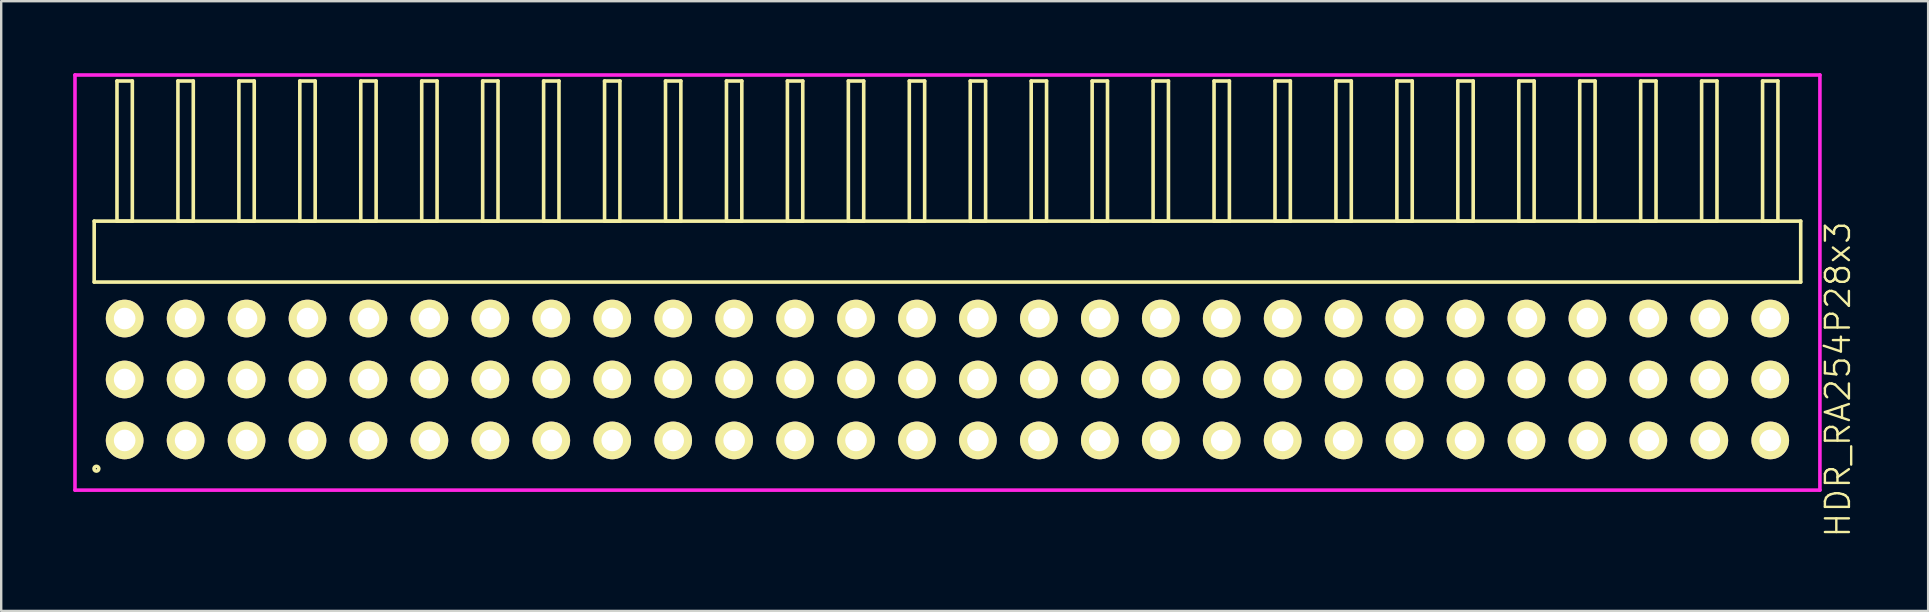
<source format=kicad_pcb>
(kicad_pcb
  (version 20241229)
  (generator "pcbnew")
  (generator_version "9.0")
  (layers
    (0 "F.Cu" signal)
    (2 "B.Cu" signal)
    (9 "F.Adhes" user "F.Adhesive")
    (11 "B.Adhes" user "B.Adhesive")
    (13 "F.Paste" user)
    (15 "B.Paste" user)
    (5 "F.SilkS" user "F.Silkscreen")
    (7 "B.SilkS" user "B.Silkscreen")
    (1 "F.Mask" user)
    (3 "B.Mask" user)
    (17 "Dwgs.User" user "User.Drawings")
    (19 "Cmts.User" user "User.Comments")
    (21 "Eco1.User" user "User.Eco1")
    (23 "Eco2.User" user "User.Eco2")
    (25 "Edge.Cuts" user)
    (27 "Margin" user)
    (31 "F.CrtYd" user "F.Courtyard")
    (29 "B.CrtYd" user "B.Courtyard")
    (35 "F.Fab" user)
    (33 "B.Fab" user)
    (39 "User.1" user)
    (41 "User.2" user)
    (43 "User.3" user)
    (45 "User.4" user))
  (footprint "HDR_RA254P28x3"
    (layer "F.Cu")
    (at 36.435 12.765)
    (property "Reference" "HDR_RA254P28x3" (at 37.11 0 90) (layer "F.SilkS") (effects (font (size 1 1) (thickness 0.1))))
    (attr through_hole)
    (fp_line (start -35.56 -6.6) (end -35.56 -4.06) (stroke (width 0.15) (type solid)) (layer "F.SilkS"))
    (fp_line (start -35.56 -4.06) (end 35.56 -4.06) (stroke (width 0.15) (type solid)) (layer "F.SilkS"))
    (fp_line (start -34.61 -12.44) (end -34.61 -6.6) (stroke (width 0.15) (type solid)) (layer "F.SilkS"))
    (fp_line (start -34.61 -6.6) (end -33.97 -6.6) (stroke (width 0.15) (type solid)) (layer "F.SilkS"))
    (fp_line (start -33.97 -12.44) (end -34.61 -12.44) (stroke (width 0.15) (type solid)) (layer "F.SilkS"))
    (fp_line (start -33.97 -6.6) (end -33.97 -12.44) (stroke (width 0.15) (type solid)) (layer "F.SilkS"))
    (fp_line (start -32.07 -12.44) (end -32.07 -6.6) (stroke (width 0.15) (type solid)) (layer "F.SilkS"))
    (fp_line (start -32.07 -6.6) (end -31.43 -6.6) (stroke (width 0.15) (type solid)) (layer "F.SilkS"))
    (fp_line (start -31.43 -12.44) (end -32.07 -12.44) (stroke (width 0.15) (type solid)) (layer "F.SilkS"))
    (fp_line (start -31.43 -6.6) (end -31.43 -12.44) (stroke (width 0.15) (type solid)) (layer "F.SilkS"))
    (fp_line (start -29.53 -12.44) (end -29.53 -6.6) (stroke (width 0.15) (type solid)) (layer "F.SilkS"))
    (fp_line (start -29.53 -6.6) (end -28.89 -6.6) (stroke (width 0.15) (type solid)) (layer "F.SilkS"))
    (fp_line (start -28.89 -12.44) (end -29.53 -12.44) (stroke (width 0.15) (type solid)) (layer "F.SilkS"))
    (fp_line (start -28.89 -6.6) (end -28.89 -12.44) (stroke (width 0.15) (type solid)) (layer "F.SilkS"))
    (fp_line (start -26.99 -12.44) (end -26.99 -6.6) (stroke (width 0.15) (type solid)) (layer "F.SilkS"))
    (fp_line (start -26.99 -6.6) (end -26.35 -6.6) (stroke (width 0.15) (type solid)) (layer "F.SilkS"))
    (fp_line (start -26.35 -12.44) (end -26.99 -12.44) (stroke (width 0.15) (type solid)) (layer "F.SilkS"))
    (fp_line (start -26.35 -6.6) (end -26.35 -12.44) (stroke (width 0.15) (type solid)) (layer "F.SilkS"))
    (fp_line (start -24.45 -12.44) (end -24.45 -6.6) (stroke (width 0.15) (type solid)) (layer "F.SilkS"))
    (fp_line (start -24.45 -6.6) (end -23.81 -6.6) (stroke (width 0.15) (type solid)) (layer "F.SilkS"))
    (fp_line (start -23.81 -12.44) (end -24.45 -12.44) (stroke (width 0.15) (type solid)) (layer "F.SilkS"))
    (fp_line (start -23.81 -6.6) (end -23.81 -12.44) (stroke (width 0.15) (type solid)) (layer "F.SilkS"))
    (fp_line (start -21.91 -12.44) (end -21.91 -6.6) (stroke (width 0.15) (type solid)) (layer "F.SilkS"))
    (fp_line (start -21.91 -6.6) (end -21.27 -6.6) (stroke (width 0.15) (type solid)) (layer "F.SilkS"))
    (fp_line (start -21.27 -12.44) (end -21.91 -12.44) (stroke (width 0.15) (type solid)) (layer "F.SilkS"))
    (fp_line (start -21.27 -6.6) (end -21.27 -12.44) (stroke (width 0.15) (type solid)) (layer "F.SilkS"))
    (fp_line (start -19.37 -12.44) (end -19.37 -6.6) (stroke (width 0.15) (type solid)) (layer "F.SilkS"))
    (fp_line (start -19.37 -6.6) (end -18.73 -6.6) (stroke (width 0.15) (type solid)) (layer "F.SilkS"))
    (fp_line (start -18.73 -12.44) (end -19.37 -12.44) (stroke (width 0.15) (type solid)) (layer "F.SilkS"))
    (fp_line (start -18.73 -6.6) (end -18.73 -12.44) (stroke (width 0.15) (type solid)) (layer "F.SilkS"))
    (fp_line (start -16.83 -12.44) (end -16.83 -6.6) (stroke (width 0.15) (type solid)) (layer "F.SilkS"))
    (fp_line (start -16.83 -6.6) (end -16.19 -6.6) (stroke (width 0.15) (type solid)) (layer "F.SilkS"))
    (fp_line (start -16.19 -12.44) (end -16.83 -12.44) (stroke (width 0.15) (type solid)) (layer "F.SilkS"))
    (fp_line (start -16.19 -6.6) (end -16.19 -12.44) (stroke (width 0.15) (type solid)) (layer "F.SilkS"))
    (fp_line (start -14.29 -12.44) (end -14.29 -6.6) (stroke (width 0.15) (type solid)) (layer "F.SilkS"))
    (fp_line (start -14.29 -6.6) (end -13.65 -6.6) (stroke (width 0.15) (type solid)) (layer "F.SilkS"))
    (fp_line (start -13.65 -12.44) (end -14.29 -12.44) (stroke (width 0.15) (type solid)) (layer "F.SilkS"))
    (fp_line (start -13.65 -6.6) (end -13.65 -12.44) (stroke (width 0.15) (type solid)) (layer "F.SilkS"))
    (fp_line (start -11.75 -12.44) (end -11.75 -6.6) (stroke (width 0.15) (type solid)) (layer "F.SilkS"))
    (fp_line (start -11.75 -6.6) (end -11.11 -6.6) (stroke (width 0.15) (type solid)) (layer "F.SilkS"))
    (fp_line (start -11.11 -12.44) (end -11.75 -12.44) (stroke (width 0.15) (type solid)) (layer "F.SilkS"))
    (fp_line (start -11.11 -6.6) (end -11.11 -12.44) (stroke (width 0.15) (type solid)) (layer "F.SilkS"))
    (fp_line (start -9.21 -12.44) (end -9.21 -6.6) (stroke (width 0.15) (type solid)) (layer "F.SilkS"))
    (fp_line (start -9.21 -6.6) (end -8.57 -6.6) (stroke (width 0.15) (type solid)) (layer "F.SilkS"))
    (fp_line (start -8.57 -12.44) (end -9.21 -12.44) (stroke (width 0.15) (type solid)) (layer "F.SilkS"))
    (fp_line (start -8.57 -6.6) (end -8.57 -12.44) (stroke (width 0.15) (type solid)) (layer "F.SilkS"))
    (fp_line (start -6.67 -12.44) (end -6.67 -6.6) (stroke (width 0.15) (type solid)) (layer "F.SilkS"))
    (fp_line (start -6.67 -6.6) (end -6.03 -6.6) (stroke (width 0.15) (type solid)) (layer "F.SilkS"))
    (fp_line (start -6.03 -12.44) (end -6.67 -12.44) (stroke (width 0.15) (type solid)) (layer "F.SilkS"))
    (fp_line (start -6.03 -6.6) (end -6.03 -12.44) (stroke (width 0.15) (type solid)) (layer "F.SilkS"))
    (fp_line (start -4.13 -12.44) (end -4.13 -6.6) (stroke (width 0.15) (type solid)) (layer "F.SilkS"))
    (fp_line (start -4.13 -6.6) (end -3.49 -6.6) (stroke (width 0.15) (type solid)) (layer "F.SilkS"))
    (fp_line (start -3.49 -12.44) (end -4.13 -12.44) (stroke (width 0.15) (type solid)) (layer "F.SilkS"))
    (fp_line (start -3.49 -6.6) (end -3.49 -12.44) (stroke (width 0.15) (type solid)) (layer "F.SilkS"))
    (fp_line (start -1.59 -12.44) (end -1.59 -6.6) (stroke (width 0.15) (type solid)) (layer "F.SilkS"))
    (fp_line (start -1.59 -6.6) (end -0.95 -6.6) (stroke (width 0.15) (type solid)) (layer "F.SilkS"))
    (fp_line (start -0.95 -12.44) (end -1.59 -12.44) (stroke (width 0.15) (type solid)) (layer "F.SilkS"))
    (fp_line (start -0.95 -6.6) (end -0.95 -12.44) (stroke (width 0.15) (type solid)) (layer "F.SilkS"))
    (fp_line (start 0.95 -12.44) (end 0.95 -6.6) (stroke (width 0.15) (type solid)) (layer "F.SilkS"))
    (fp_line (start 0.95 -6.6) (end 1.59 -6.6) (stroke (width 0.15) (type solid)) (layer "F.SilkS"))
    (fp_line (start 1.59 -12.44) (end 0.95 -12.44) (stroke (width 0.15) (type solid)) (layer "F.SilkS"))
    (fp_line (start 1.59 -6.6) (end 1.59 -12.44) (stroke (width 0.15) (type solid)) (layer "F.SilkS"))
    (fp_line (start 3.49 -12.44) (end 3.49 -6.6) (stroke (width 0.15) (type solid)) (layer "F.SilkS"))
    (fp_line (start 3.49 -6.6) (end 4.13 -6.6) (stroke (width 0.15) (type solid)) (layer "F.SilkS"))
    (fp_line (start 4.13 -12.44) (end 3.49 -12.44) (stroke (width 0.15) (type solid)) (layer "F.SilkS"))
    (fp_line (start 4.13 -6.6) (end 4.13 -12.44) (stroke (width 0.15) (type solid)) (layer "F.SilkS"))
    (fp_line (start 6.03 -12.44) (end 6.03 -6.6) (stroke (width 0.15) (type solid)) (layer "F.SilkS"))
    (fp_line (start 6.03 -6.6) (end 6.67 -6.6) (stroke (width 0.15) (type solid)) (layer "F.SilkS"))
    (fp_line (start 6.67 -12.44) (end 6.03 -12.44) (stroke (width 0.15) (type solid)) (layer "F.SilkS"))
    (fp_line (start 6.67 -6.6) (end 6.67 -12.44) (stroke (width 0.15) (type solid)) (layer "F.SilkS"))
    (fp_line (start 8.57 -12.44) (end 8.57 -6.6) (stroke (width 0.15) (type solid)) (layer "F.SilkS"))
    (fp_line (start 8.57 -6.6) (end 9.21 -6.6) (stroke (width 0.15) (type solid)) (layer "F.SilkS"))
    (fp_line (start 9.21 -12.44) (end 8.57 -12.44) (stroke (width 0.15) (type solid)) (layer "F.SilkS"))
    (fp_line (start 9.21 -6.6) (end 9.21 -12.44) (stroke (width 0.15) (type solid)) (layer "F.SilkS"))
    (fp_line (start 11.11 -12.44) (end 11.11 -6.6) (stroke (width 0.15) (type solid)) (layer "F.SilkS"))
    (fp_line (start 11.11 -6.6) (end 11.75 -6.6) (stroke (width 0.15) (type solid)) (layer "F.SilkS"))
    (fp_line (start 11.75 -12.44) (end 11.11 -12.44) (stroke (width 0.15) (type solid)) (layer "F.SilkS"))
    (fp_line (start 11.75 -6.6) (end 11.75 -12.44) (stroke (width 0.15) (type solid)) (layer "F.SilkS"))
    (fp_line (start 13.65 -12.44) (end 13.65 -6.6) (stroke (width 0.15) (type solid)) (layer "F.SilkS"))
    (fp_line (start 13.65 -6.6) (end 14.29 -6.6) (stroke (width 0.15) (type solid)) (layer "F.SilkS"))
    (fp_line (start 14.29 -12.44) (end 13.65 -12.44) (stroke (width 0.15) (type solid)) (layer "F.SilkS"))
    (fp_line (start 14.29 -6.6) (end 14.29 -12.44) (stroke (width 0.15) (type solid)) (layer "F.SilkS"))
    (fp_line (start 16.19 -12.44) (end 16.19 -6.6) (stroke (width 0.15) (type solid)) (layer "F.SilkS"))
    (fp_line (start 16.19 -6.6) (end 16.83 -6.6) (stroke (width 0.15) (type solid)) (layer "F.SilkS"))
    (fp_line (start 16.83 -12.44) (end 16.19 -12.44) (stroke (width 0.15) (type solid)) (layer "F.SilkS"))
    (fp_line (start 16.83 -6.6) (end 16.83 -12.44) (stroke (width 0.15) (type solid)) (layer "F.SilkS"))
    (fp_line (start 18.73 -12.44) (end 18.73 -6.6) (stroke (width 0.15) (type solid)) (layer "F.SilkS"))
    (fp_line (start 18.73 -6.6) (end 19.37 -6.6) (stroke (width 0.15) (type solid)) (layer "F.SilkS"))
    (fp_line (start 19.37 -12.44) (end 18.73 -12.44) (stroke (width 0.15) (type solid)) (layer "F.SilkS"))
    (fp_line (start 19.37 -6.6) (end 19.37 -12.44) (stroke (width 0.15) (type solid)) (layer "F.SilkS"))
    (fp_line (start 21.27 -12.44) (end 21.27 -6.6) (stroke (width 0.15) (type solid)) (layer "F.SilkS"))
    (fp_line (start 21.27 -6.6) (end 21.91 -6.6) (stroke (width 0.15) (type solid)) (layer "F.SilkS"))
    (fp_line (start 21.91 -12.44) (end 21.27 -12.44) (stroke (width 0.15) (type solid)) (layer "F.SilkS"))
    (fp_line (start 21.91 -6.6) (end 21.91 -12.44) (stroke (width 0.15) (type solid)) (layer "F.SilkS"))
    (fp_line (start 23.81 -12.44) (end 23.81 -6.6) (stroke (width 0.15) (type solid)) (layer "F.SilkS"))
    (fp_line (start 23.81 -6.6) (end 24.45 -6.6) (stroke (width 0.15) (type solid)) (layer "F.SilkS"))
    (fp_line (start 24.45 -12.44) (end 23.81 -12.44) (stroke (width 0.15) (type solid)) (layer "F.SilkS"))
    (fp_line (start 24.45 -6.6) (end 24.45 -12.44) (stroke (width 0.15) (type solid)) (layer "F.SilkS"))
    (fp_line (start 26.35 -12.44) (end 26.35 -6.6) (stroke (width 0.15) (type solid)) (layer "F.SilkS"))
    (fp_line (start 26.35 -6.6) (end 26.99 -6.6) (stroke (width 0.15) (type solid)) (layer "F.SilkS"))
    (fp_line (start 26.99 -12.44) (end 26.35 -12.44) (stroke (width 0.15) (type solid)) (layer "F.SilkS"))
    (fp_line (start 26.99 -6.6) (end 26.99 -12.44) (stroke (width 0.15) (type solid)) (layer "F.SilkS"))
    (fp_line (start 28.89 -12.44) (end 28.89 -6.6) (stroke (width 0.15) (type solid)) (layer "F.SilkS"))
    (fp_line (start 28.89 -6.6) (end 29.53 -6.6) (stroke (width 0.15) (type solid)) (layer "F.SilkS"))
    (fp_line (start 29.53 -12.44) (end 28.89 -12.44) (stroke (width 0.15) (type solid)) (layer "F.SilkS"))
    (fp_line (start 29.53 -6.6) (end 29.53 -12.44) (stroke (width 0.15) (type solid)) (layer "F.SilkS"))
    (fp_line (start 31.43 -12.44) (end 31.43 -6.6) (stroke (width 0.15) (type solid)) (layer "F.SilkS"))
    (fp_line (start 31.43 -6.6) (end 32.07 -6.6) (stroke (width 0.15) (type solid)) (layer "F.SilkS"))
    (fp_line (start 32.07 -12.44) (end 31.43 -12.44) (stroke (width 0.15) (type solid)) (layer "F.SilkS"))
    (fp_line (start 32.07 -6.6) (end 32.07 -12.44) (stroke (width 0.15) (type solid)) (layer "F.SilkS"))
    (fp_line (start 33.97 -12.44) (end 33.97 -6.6) (stroke (width 0.15) (type solid)) (layer "F.SilkS"))
    (fp_line (start 33.97 -6.6) (end 34.61 -6.6) (stroke (width 0.15) (type solid)) (layer "F.SilkS"))
    (fp_line (start 34.61 -12.44) (end 33.97 -12.44) (stroke (width 0.15) (type solid)) (layer "F.SilkS"))
    (fp_line (start 34.61 -6.6) (end 34.61 -12.44) (stroke (width 0.15) (type solid)) (layer "F.SilkS"))
    (fp_line (start 35.56 -6.6) (end -35.56 -6.6) (stroke (width 0.15) (type solid)) (layer "F.SilkS"))
    (fp_line (start 35.56 -4.06) (end 35.56 -6.6) (stroke (width 0.15) (type solid)) (layer "F.SilkS"))
    (fp_circle (center -35.467 3.718) (end -35.367 3.718) (stroke (width 0.15) (type solid)) (fill no) (layer "F.SilkS"))
    (fp_line (start -36.36 -12.69) (end -36.36 4.61) (stroke (width 0.15) (type solid)) (layer "F.CrtYd"))
    (fp_line (start -36.36 4.61) (end 36.36 4.61) (stroke (width 0.15) (type solid)) (layer "F.CrtYd"))
    (fp_line (start 36.36 -12.69) (end -36.36 -12.69) (stroke (width 0.15) (type solid)) (layer "F.CrtYd"))
    (fp_line (start 36.36 4.61) (end 36.36 -12.69) (stroke (width 0.15) (type solid)) (layer "F.CrtYd"))
    (pad "1" thru_hole oval (at -34.29 2.54) (size 1.57 1.57) (drill 0.9) (layers "*.Cu" "*.Mask" "F.SilkS"))
    (pad "2" thru_hole oval (at -34.29 0) (size 1.57 1.57) (drill 0.9) (layers "*.Cu" "*.Mask" "F.SilkS"))
    (pad "3" thru_hole oval (at -34.29 -2.54) (size 1.57 1.57) (drill 0.9) (layers "*.Cu" "*.Mask" "F.SilkS"))
    (pad "4" thru_hole oval (at -31.75 2.54) (size 1.57 1.57) (drill 0.9) (layers "*.Cu" "*.Mask" "F.SilkS"))
    (pad "5" thru_hole oval (at -31.75 0) (size 1.57 1.57) (drill 0.9) (layers "*.Cu" "*.Mask" "F.SilkS"))
    (pad "6" thru_hole oval (at -31.75 -2.54) (size 1.57 1.57) (drill 0.9) (layers "*.Cu" "*.Mask" "F.SilkS"))
    (pad "7" thru_hole oval (at -29.21 2.54) (size 1.57 1.57) (drill 0.9) (layers "*.Cu" "*.Mask" "F.SilkS"))
    (pad "8" thru_hole oval (at -29.21 0) (size 1.57 1.57) (drill 0.9) (layers "*.Cu" "*.Mask" "F.SilkS"))
    (pad "9" thru_hole oval (at -29.21 -2.54) (size 1.57 1.57) (drill 0.9) (layers "*.Cu" "*.Mask" "F.SilkS"))
    (pad "10" thru_hole oval (at -26.67 2.54) (size 1.57 1.57) (drill 0.9) (layers "*.Cu" "*.Mask" "F.SilkS"))
    (pad "11" thru_hole oval (at -26.67 0) (size 1.57 1.57) (drill 0.9) (layers "*.Cu" "*.Mask" "F.SilkS"))
    (pad "12" thru_hole oval (at -26.67 -2.54) (size 1.57 1.57) (drill 0.9) (layers "*.Cu" "*.Mask" "F.SilkS"))
    (pad "13" thru_hole oval (at -24.13 2.54) (size 1.57 1.57) (drill 0.9) (layers "*.Cu" "*.Mask" "F.SilkS"))
    (pad "14" thru_hole oval (at -24.13 0) (size 1.57 1.57) (drill 0.9) (layers "*.Cu" "*.Mask" "F.SilkS"))
    (pad "15" thru_hole oval (at -24.13 -2.54) (size 1.57 1.57) (drill 0.9) (layers "*.Cu" "*.Mask" "F.SilkS"))
    (pad "16" thru_hole oval (at -21.59 2.54) (size 1.57 1.57) (drill 0.9) (layers "*.Cu" "*.Mask" "F.SilkS"))
    (pad "17" thru_hole oval (at -21.59 0) (size 1.57 1.57) (drill 0.9) (layers "*.Cu" "*.Mask" "F.SilkS"))
    (pad "18" thru_hole oval (at -21.59 -2.54) (size 1.57 1.57) (drill 0.9) (layers "*.Cu" "*.Mask" "F.SilkS"))
    (pad "19" thru_hole oval (at -19.05 2.54) (size 1.57 1.57) (drill 0.9) (layers "*.Cu" "*.Mask" "F.SilkS"))
    (pad "20" thru_hole oval (at -19.05 0) (size 1.57 1.57) (drill 0.9) (layers "*.Cu" "*.Mask" "F.SilkS"))
    (pad "21" thru_hole oval (at -19.05 -2.54) (size 1.57 1.57) (drill 0.9) (layers "*.Cu" "*.Mask" "F.SilkS"))
    (pad "22" thru_hole oval (at -16.51 2.54) (size 1.57 1.57) (drill 0.9) (layers "*.Cu" "*.Mask" "F.SilkS"))
    (pad "23" thru_hole oval (at -16.51 0) (size 1.57 1.57) (drill 0.9) (layers "*.Cu" "*.Mask" "F.SilkS"))
    (pad "24" thru_hole oval (at -16.51 -2.54) (size 1.57 1.57) (drill 0.9) (layers "*.Cu" "*.Mask" "F.SilkS"))
    (pad "25" thru_hole oval (at -13.97 2.54) (size 1.57 1.57) (drill 0.9) (layers "*.Cu" "*.Mask" "F.SilkS"))
    (pad "26" thru_hole oval (at -13.97 0) (size 1.57 1.57) (drill 0.9) (layers "*.Cu" "*.Mask" "F.SilkS"))
    (pad "27" thru_hole oval (at -13.97 -2.54) (size 1.57 1.57) (drill 0.9) (layers "*.Cu" "*.Mask" "F.SilkS"))
    (pad "28" thru_hole oval (at -11.43 2.54) (size 1.57 1.57) (drill 0.9) (layers "*.Cu" "*.Mask" "F.SilkS"))
    (pad "29" thru_hole oval (at -11.43 0) (size 1.57 1.57) (drill 0.9) (layers "*.Cu" "*.Mask" "F.SilkS"))
    (pad "30" thru_hole oval (at -11.43 -2.54) (size 1.57 1.57) (drill 0.9) (layers "*.Cu" "*.Mask" "F.SilkS"))
    (pad "31" thru_hole oval (at -8.89 2.54) (size 1.57 1.57) (drill 0.9) (layers "*.Cu" "*.Mask" "F.SilkS"))
    (pad "32" thru_hole oval (at -8.89 0) (size 1.57 1.57) (drill 0.9) (layers "*.Cu" "*.Mask" "F.SilkS"))
    (pad "33" thru_hole oval (at -8.89 -2.54) (size 1.57 1.57) (drill 0.9) (layers "*.Cu" "*.Mask" "F.SilkS"))
    (pad "34" thru_hole oval (at -6.35 2.54) (size 1.57 1.57) (drill 0.9) (layers "*.Cu" "*.Mask" "F.SilkS"))
    (pad "35" thru_hole oval (at -6.35 0) (size 1.57 1.57) (drill 0.9) (layers "*.Cu" "*.Mask" "F.SilkS"))
    (pad "36" thru_hole oval (at -6.35 -2.54) (size 1.57 1.57) (drill 0.9) (layers "*.Cu" "*.Mask" "F.SilkS"))
    (pad "37" thru_hole oval (at -3.81 2.54) (size 1.57 1.57) (drill 0.9) (layers "*.Cu" "*.Mask" "F.SilkS"))
    (pad "38" thru_hole oval (at -3.81 0) (size 1.57 1.57) (drill 0.9) (layers "*.Cu" "*.Mask" "F.SilkS"))
    (pad "39" thru_hole oval (at -3.81 -2.54) (size 1.57 1.57) (drill 0.9) (layers "*.Cu" "*.Mask" "F.SilkS"))
    (pad "40" thru_hole oval (at -1.27 2.54) (size 1.57 1.57) (drill 0.9) (layers "*.Cu" "*.Mask" "F.SilkS"))
    (pad "41" thru_hole oval (at -1.27 0) (size 1.57 1.57) (drill 0.9) (layers "*.Cu" "*.Mask" "F.SilkS"))
    (pad "42" thru_hole oval (at -1.27 -2.54) (size 1.57 1.57) (drill 0.9) (layers "*.Cu" "*.Mask" "F.SilkS"))
    (pad "43" thru_hole oval (at 1.27 2.54) (size 1.57 1.57) (drill 0.9) (layers "*.Cu" "*.Mask" "F.SilkS"))
    (pad "44" thru_hole oval (at 1.27 0) (size 1.57 1.57) (drill 0.9) (layers "*.Cu" "*.Mask" "F.SilkS"))
    (pad "45" thru_hole oval (at 1.27 -2.54) (size 1.57 1.57) (drill 0.9) (layers "*.Cu" "*.Mask" "F.SilkS"))
    (pad "46" thru_hole oval (at 3.81 2.54) (size 1.57 1.57) (drill 0.9) (layers "*.Cu" "*.Mask" "F.SilkS"))
    (pad "47" thru_hole oval (at 3.81 0) (size 1.57 1.57) (drill 0.9) (layers "*.Cu" "*.Mask" "F.SilkS"))
    (pad "48" thru_hole oval (at 3.81 -2.54) (size 1.57 1.57) (drill 0.9) (layers "*.Cu" "*.Mask" "F.SilkS"))
    (pad "49" thru_hole oval (at 6.35 2.54) (size 1.57 1.57) (drill 0.9) (layers "*.Cu" "*.Mask" "F.SilkS"))
    (pad "50" thru_hole oval (at 6.35 0) (size 1.57 1.57) (drill 0.9) (layers "*.Cu" "*.Mask" "F.SilkS"))
    (pad "51" thru_hole oval (at 6.35 -2.54) (size 1.57 1.57) (drill 0.9) (layers "*.Cu" "*.Mask" "F.SilkS"))
    (pad "52" thru_hole oval (at 8.89 2.54) (size 1.57 1.57) (drill 0.9) (layers "*.Cu" "*.Mask" "F.SilkS"))
    (pad "53" thru_hole oval (at 8.89 0) (size 1.57 1.57) (drill 0.9) (layers "*.Cu" "*.Mask" "F.SilkS"))
    (pad "54" thru_hole oval (at 8.89 -2.54) (size 1.57 1.57) (drill 0.9) (layers "*.Cu" "*.Mask" "F.SilkS"))
    (pad "55" thru_hole oval (at 11.43 2.54) (size 1.57 1.57) (drill 0.9) (layers "*.Cu" "*.Mask" "F.SilkS"))
    (pad "56" thru_hole oval (at 11.43 0) (size 1.57 1.57) (drill 0.9) (layers "*.Cu" "*.Mask" "F.SilkS"))
    (pad "57" thru_hole oval (at 11.43 -2.54) (size 1.57 1.57) (drill 0.9) (layers "*.Cu" "*.Mask" "F.SilkS"))
    (pad "58" thru_hole oval (at 13.97 2.54) (size 1.57 1.57) (drill 0.9) (layers "*.Cu" "*.Mask" "F.SilkS"))
    (pad "59" thru_hole oval (at 13.97 0) (size 1.57 1.57) (drill 0.9) (layers "*.Cu" "*.Mask" "F.SilkS"))
    (pad "60" thru_hole oval (at 13.97 -2.54) (size 1.57 1.57) (drill 0.9) (layers "*.Cu" "*.Mask" "F.SilkS"))
    (pad "61" thru_hole oval (at 16.51 2.54) (size 1.57 1.57) (drill 0.9) (layers "*.Cu" "*.Mask" "F.SilkS"))
    (pad "62" thru_hole oval (at 16.51 0) (size 1.57 1.57) (drill 0.9) (layers "*.Cu" "*.Mask" "F.SilkS"))
    (pad "63" thru_hole oval (at 16.51 -2.54) (size 1.57 1.57) (drill 0.9) (layers "*.Cu" "*.Mask" "F.SilkS"))
    (pad "64" thru_hole oval (at 19.05 2.54) (size 1.57 1.57) (drill 0.9) (layers "*.Cu" "*.Mask" "F.SilkS"))
    (pad "65" thru_hole oval (at 19.05 0) (size 1.57 1.57) (drill 0.9) (layers "*.Cu" "*.Mask" "F.SilkS"))
    (pad "66" thru_hole oval (at 19.05 -2.54) (size 1.57 1.57) (drill 0.9) (layers "*.Cu" "*.Mask" "F.SilkS"))
    (pad "67" thru_hole oval (at 21.59 2.54) (size 1.57 1.57) (drill 0.9) (layers "*.Cu" "*.Mask" "F.SilkS"))
    (pad "68" thru_hole oval (at 21.59 0) (size 1.57 1.57) (drill 0.9) (layers "*.Cu" "*.Mask" "F.SilkS"))
    (pad "69" thru_hole oval (at 21.59 -2.54) (size 1.57 1.57) (drill 0.9) (layers "*.Cu" "*.Mask" "F.SilkS"))
    (pad "70" thru_hole oval (at 24.13 2.54) (size 1.57 1.57) (drill 0.9) (layers "*.Cu" "*.Mask" "F.SilkS"))
    (pad "71" thru_hole oval (at 24.13 0) (size 1.57 1.57) (drill 0.9) (layers "*.Cu" "*.Mask" "F.SilkS"))
    (pad "72" thru_hole oval (at 24.13 -2.54) (size 1.57 1.57) (drill 0.9) (layers "*.Cu" "*.Mask" "F.SilkS"))
    (pad "73" thru_hole oval (at 26.67 2.54) (size 1.57 1.57) (drill 0.9) (layers "*.Cu" "*.Mask" "F.SilkS"))
    (pad "74" thru_hole oval (at 26.67 0) (size 1.57 1.57) (drill 0.9) (layers "*.Cu" "*.Mask" "F.SilkS"))
    (pad "75" thru_hole oval (at 26.67 -2.54) (size 1.57 1.57) (drill 0.9) (layers "*.Cu" "*.Mask" "F.SilkS"))
    (pad "76" thru_hole oval (at 29.21 2.54) (size 1.57 1.57) (drill 0.9) (layers "*.Cu" "*.Mask" "F.SilkS"))
    (pad "77" thru_hole oval (at 29.21 0) (size 1.57 1.57) (drill 0.9) (layers "*.Cu" "*.Mask" "F.SilkS"))
    (pad "78" thru_hole oval (at 29.21 -2.54) (size 1.57 1.57) (drill 0.9) (layers "*.Cu" "*.Mask" "F.SilkS"))
    (pad "79" thru_hole oval (at 31.75 2.54) (size 1.57 1.57) (drill 0.9) (layers "*.Cu" "*.Mask" "F.SilkS"))
    (pad "80" thru_hole oval (at 31.75 0) (size 1.57 1.57) (drill 0.9) (layers "*.Cu" "*.Mask" "F.SilkS"))
    (pad "81" thru_hole oval (at 31.75 -2.54) (size 1.57 1.57) (drill 0.9) (layers "*.Cu" "*.Mask" "F.SilkS"))
    (pad "82" thru_hole oval (at 34.29 2.54) (size 1.57 1.57) (drill 0.9) (layers "*.Cu" "*.Mask" "F.SilkS"))
    (pad "83" thru_hole oval (at 34.29 0) (size 1.57 1.57) (drill 0.9) (layers "*.Cu" "*.Mask" "F.SilkS"))
    (pad "84" thru_hole oval (at 34.29 -2.54) (size 1.57 1.57) (drill 0.9) (layers "*.Cu" "*.Mask" "F.SilkS")))
  (gr_rect
    (start -3 -3)
    (end 77.305 22.41)
    (stroke (width 0.1) (type default))
    (fill no)
    (layer "Edge.Cuts")))
</source>
